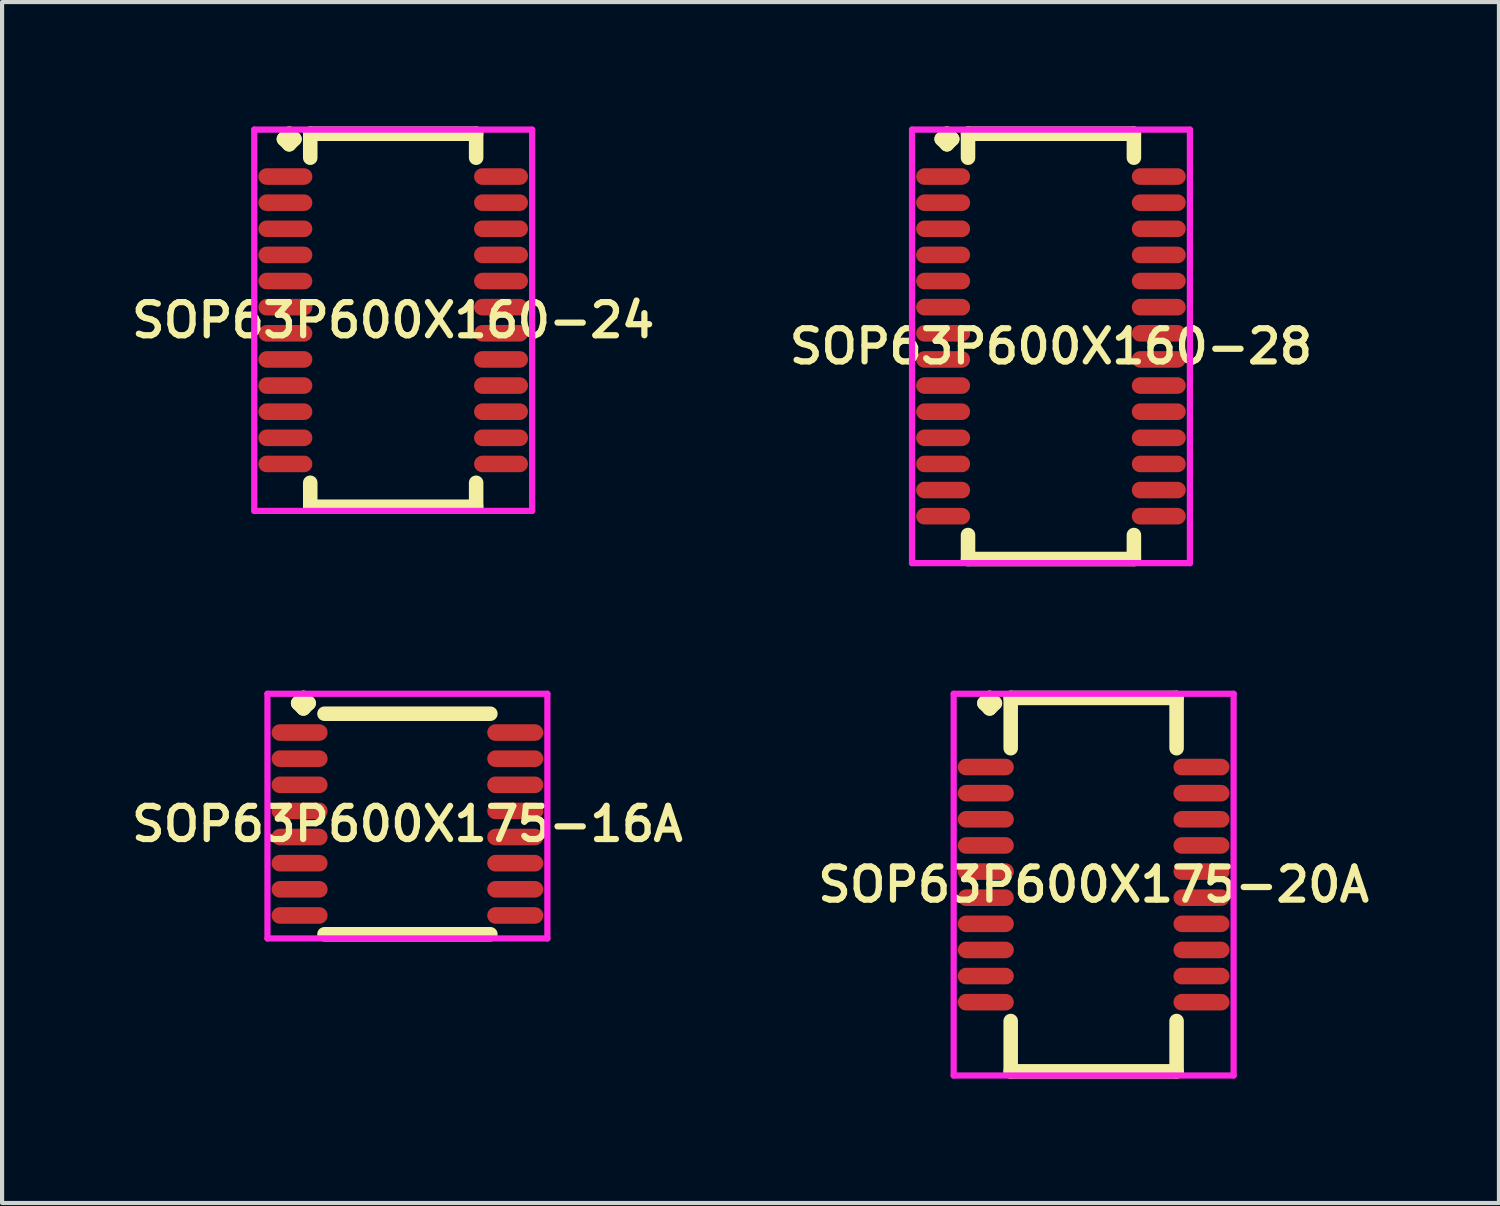
<source format=kicad_pcb>
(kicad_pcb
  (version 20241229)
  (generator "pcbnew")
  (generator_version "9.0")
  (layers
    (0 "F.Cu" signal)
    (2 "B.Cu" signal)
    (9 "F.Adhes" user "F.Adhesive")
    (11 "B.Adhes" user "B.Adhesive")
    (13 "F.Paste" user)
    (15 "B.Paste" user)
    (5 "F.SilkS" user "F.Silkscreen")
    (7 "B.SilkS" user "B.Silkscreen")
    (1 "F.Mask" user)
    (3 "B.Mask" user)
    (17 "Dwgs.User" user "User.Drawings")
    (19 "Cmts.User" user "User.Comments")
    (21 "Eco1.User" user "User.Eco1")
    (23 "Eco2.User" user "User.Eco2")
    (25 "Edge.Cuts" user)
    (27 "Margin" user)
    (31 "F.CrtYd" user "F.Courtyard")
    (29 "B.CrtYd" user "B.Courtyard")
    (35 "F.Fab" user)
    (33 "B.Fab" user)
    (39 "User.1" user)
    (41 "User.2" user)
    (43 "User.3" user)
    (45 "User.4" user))
  (footprint "SOP63P600X175-20A"
    (layer "F.Cu")
    (at 23.321 18.281)
    (property "Reference" "SOP63P600X175-20A" (at 0 0 0) (layer "F.SilkS") (effects (font (size 0.8 0.8) (thickness 0.15))))
    (attr smd)
    (fp_line (start -2.635 -4.375) (end -2.508 -4.502) (stroke (width 0.35) (type solid)) (layer "F.SilkS"))
    (fp_line (start -2.508 -4.502) (end -2.381 -4.375) (stroke (width 0.35) (type solid)) (layer "F.SilkS"))
    (fp_line (start -2.508 -4.248) (end -2.635 -4.375) (stroke (width 0.35) (type solid)) (layer "F.SilkS"))
    (fp_line (start -2.381 -4.375) (end -2.508 -4.248) (stroke (width 0.35) (type solid)) (layer "F.SilkS"))
    (fp_line (start -2 -4.502) (end 2 -4.502) (stroke (width 0.35) (type solid)) (layer "F.SilkS"))
    (fp_line (start -2 -3.289) (end -2 -4.502) (stroke (width 0.35) (type solid)) (layer "F.SilkS"))
    (fp_line (start -2 3.289) (end -2 4.502) (stroke (width 0.35) (type solid)) (layer "F.SilkS"))
    (fp_line (start -2 4.502) (end 2 4.502) (stroke (width 0.35) (type solid)) (layer "F.SilkS"))
    (fp_line (start 2 -4.502) (end 2 -3.289) (stroke (width 0.35) (type solid)) (layer "F.SilkS"))
    (fp_line (start 2 4.502) (end 2 3.289) (stroke (width 0.35) (type solid)) (layer "F.SilkS"))
    (fp_line (start -3.375 -4.602) (end 3.375 -4.602) (stroke (width 0.15) (type solid)) (layer "F.CrtYd"))
    (fp_line (start -3.375 4.602) (end -3.375 -4.602) (stroke (width 0.15) (type solid)) (layer "F.CrtYd"))
    (fp_line (start 3.375 -4.602) (end 3.375 4.602) (stroke (width 0.15) (type solid)) (layer "F.CrtYd"))
    (fp_line (start 3.375 4.602) (end -3.375 4.602) (stroke (width 0.15) (type solid)) (layer "F.CrtYd"))
    (pad "1" smd oval (at -2.6 -2.835) (size 1.35 0.4) (layers "F.Cu" "F.Mask" "F.Paste"))
    (pad "2" smd oval (at -2.6 -2.205) (size 1.35 0.4) (layers "F.Cu" "F.Mask" "F.Paste"))
    (pad "3" smd oval (at -2.6 -1.575) (size 1.35 0.4) (layers "F.Cu" "F.Mask" "F.Paste"))
    (pad "4" smd oval (at -2.6 -0.945) (size 1.35 0.4) (layers "F.Cu" "F.Mask" "F.Paste"))
    (pad "5" smd oval (at -2.6 -0.315) (size 1.35 0.4) (layers "F.Cu" "F.Mask" "F.Paste"))
    (pad "6" smd oval (at -2.6 0.315) (size 1.35 0.4) (layers "F.Cu" "F.Mask" "F.Paste"))
    (pad "7" smd oval (at -2.6 0.945) (size 1.35 0.4) (layers "F.Cu" "F.Mask" "F.Paste"))
    (pad "8" smd oval (at -2.6 1.575) (size 1.35 0.4) (layers "F.Cu" "F.Mask" "F.Paste"))
    (pad "9" smd oval (at -2.6 2.205) (size 1.35 0.4) (layers "F.Cu" "F.Mask" "F.Paste"))
    (pad "10" smd oval (at -2.6 2.835) (size 1.35 0.4) (layers "F.Cu" "F.Mask" "F.Paste"))
    (pad "11" smd oval (at 2.6 2.835) (size 1.35 0.4) (layers "F.Cu" "F.Mask" "F.Paste"))
    (pad "12" smd oval (at 2.6 2.205) (size 1.35 0.4) (layers "F.Cu" "F.Mask" "F.Paste"))
    (pad "13" smd oval (at 2.6 1.575) (size 1.35 0.4) (layers "F.Cu" "F.Mask" "F.Paste"))
    (pad "14" smd oval (at 2.6 0.945) (size 1.35 0.4) (layers "F.Cu" "F.Mask" "F.Paste"))
    (pad "15" smd oval (at 2.6 0.315) (size 1.35 0.4) (layers "F.Cu" "F.Mask" "F.Paste"))
    (pad "16" smd oval (at 2.6 -0.315) (size 1.35 0.4) (layers "F.Cu" "F.Mask" "F.Paste"))
    (pad "17" smd oval (at 2.6 -0.945) (size 1.35 0.4) (layers "F.Cu" "F.Mask" "F.Paste"))
    (pad "18" smd oval (at 2.6 -1.575) (size 1.35 0.4) (layers "F.Cu" "F.Mask" "F.Paste"))
    (pad "19" smd oval (at 2.6 -2.205) (size 1.35 0.4) (layers "F.Cu" "F.Mask" "F.Paste"))
    (pad "20" smd oval (at 2.6 -2.835) (size 1.35 0.4) (layers "F.Cu" "F.Mask" "F.Paste")))
  (footprint "SOP63P600X160-28"
    (layer "F.Cu")
    (at 22.292 5.302)
    (property "Reference" "SOP63P600X160-28" (at 0 0 0) (layer "F.SilkS") (effects (font (size 0.8 0.8) (thickness 0.15))))
    (attr smd)
    (fp_line (start -2.635 -5) (end -2.508 -5.127) (stroke (width 0.35) (type solid)) (layer "F.SilkS"))
    (fp_line (start -2.508 -5.127) (end -2.381 -5) (stroke (width 0.35) (type solid)) (layer "F.SilkS"))
    (fp_line (start -2.508 -4.873) (end -2.635 -5) (stroke (width 0.35) (type solid)) (layer "F.SilkS"))
    (fp_line (start -2.381 -5) (end -2.508 -4.873) (stroke (width 0.35) (type solid)) (layer "F.SilkS"))
    (fp_line (start -2 -5.127) (end 2 -5.127) (stroke (width 0.35) (type solid)) (layer "F.SilkS"))
    (fp_line (start -2 -4.549) (end -2 -5.127) (stroke (width 0.35) (type solid)) (layer "F.SilkS"))
    (fp_line (start -2 4.549) (end -2 5.127) (stroke (width 0.35) (type solid)) (layer "F.SilkS"))
    (fp_line (start -2 5.127) (end 2 5.127) (stroke (width 0.35) (type solid)) (layer "F.SilkS"))
    (fp_line (start 2 -5.127) (end 2 -4.549) (stroke (width 0.35) (type solid)) (layer "F.SilkS"))
    (fp_line (start 2 5.127) (end 2 4.549) (stroke (width 0.35) (type solid)) (layer "F.SilkS"))
    (fp_line (start -3.35 -5.227) (end 3.35 -5.227) (stroke (width 0.15) (type solid)) (layer "F.CrtYd"))
    (fp_line (start -3.35 5.227) (end -3.35 -5.227) (stroke (width 0.15) (type solid)) (layer "F.CrtYd"))
    (fp_line (start 3.35 -5.227) (end 3.35 5.227) (stroke (width 0.15) (type solid)) (layer "F.CrtYd"))
    (fp_line (start 3.35 5.227) (end -3.35 5.227) (stroke (width 0.15) (type solid)) (layer "F.CrtYd"))
    (pad "1" smd oval (at -2.6 -4.095) (size 1.3 0.4) (layers "F.Cu" "F.Mask" "F.Paste"))
    (pad "2" smd oval (at -2.6 -3.465) (size 1.3 0.4) (layers "F.Cu" "F.Mask" "F.Paste"))
    (pad "3" smd oval (at -2.6 -2.835) (size 1.3 0.4) (layers "F.Cu" "F.Mask" "F.Paste"))
    (pad "4" smd oval (at -2.6 -2.205) (size 1.3 0.4) (layers "F.Cu" "F.Mask" "F.Paste"))
    (pad "5" smd oval (at -2.6 -1.575) (size 1.3 0.4) (layers "F.Cu" "F.Mask" "F.Paste"))
    (pad "6" smd oval (at -2.6 -0.945) (size 1.3 0.4) (layers "F.Cu" "F.Mask" "F.Paste"))
    (pad "7" smd oval (at -2.6 -0.315) (size 1.3 0.4) (layers "F.Cu" "F.Mask" "F.Paste"))
    (pad "8" smd oval (at -2.6 0.315) (size 1.3 0.4) (layers "F.Cu" "F.Mask" "F.Paste"))
    (pad "9" smd oval (at -2.6 0.945) (size 1.3 0.4) (layers "F.Cu" "F.Mask" "F.Paste"))
    (pad "10" smd oval (at -2.6 1.575) (size 1.3 0.4) (layers "F.Cu" "F.Mask" "F.Paste"))
    (pad "11" smd oval (at -2.6 2.205) (size 1.3 0.4) (layers "F.Cu" "F.Mask" "F.Paste"))
    (pad "12" smd oval (at -2.6 2.835) (size 1.3 0.4) (layers "F.Cu" "F.Mask" "F.Paste"))
    (pad "13" smd oval (at -2.6 3.465) (size 1.3 0.4) (layers "F.Cu" "F.Mask" "F.Paste"))
    (pad "14" smd oval (at -2.6 4.095) (size 1.3 0.4) (layers "F.Cu" "F.Mask" "F.Paste"))
    (pad "15" smd oval (at 2.6 4.095) (size 1.3 0.4) (layers "F.Cu" "F.Mask" "F.Paste"))
    (pad "16" smd oval (at 2.6 3.465) (size 1.3 0.4) (layers "F.Cu" "F.Mask" "F.Paste"))
    (pad "17" smd oval (at 2.6 2.835) (size 1.3 0.4) (layers "F.Cu" "F.Mask" "F.Paste"))
    (pad "18" smd oval (at 2.6 2.205) (size 1.3 0.4) (layers "F.Cu" "F.Mask" "F.Paste"))
    (pad "19" smd oval (at 2.6 1.575) (size 1.3 0.4) (layers "F.Cu" "F.Mask" "F.Paste"))
    (pad "20" smd oval (at 2.6 0.945) (size 1.3 0.4) (layers "F.Cu" "F.Mask" "F.Paste"))
    (pad "21" smd oval (at 2.6 0.315) (size 1.3 0.4) (layers "F.Cu" "F.Mask" "F.Paste"))
    (pad "22" smd oval (at 2.6 -0.315) (size 1.3 0.4) (layers "F.Cu" "F.Mask" "F.Paste"))
    (pad "23" smd oval (at 2.6 -0.945) (size 1.3 0.4) (layers "F.Cu" "F.Mask" "F.Paste"))
    (pad "24" smd oval (at 2.6 -1.575) (size 1.3 0.4) (layers "F.Cu" "F.Mask" "F.Paste"))
    (pad "25" smd oval (at 2.6 -2.205) (size 1.3 0.4) (layers "F.Cu" "F.Mask" "F.Paste"))
    (pad "26" smd oval (at 2.6 -2.835) (size 1.3 0.4) (layers "F.Cu" "F.Mask" "F.Paste"))
    (pad "27" smd oval (at 2.6 -3.465) (size 1.3 0.4) (layers "F.Cu" "F.Mask" "F.Paste"))
    (pad "28" smd oval (at 2.6 -4.095) (size 1.3 0.4) (layers "F.Cu" "F.Mask" "F.Paste")))
  (footprint "SOP63P600X160-24"
    (layer "F.Cu")
    (at 6.431 4.672)
    (property "Reference" "SOP63P600X160-24" (at 0 0 0) (layer "F.SilkS") (effects (font (size 0.8 0.8) (thickness 0.15))))
    (attr smd)
    (fp_line (start -2.635 -4.37) (end -2.508 -4.497) (stroke (width 0.35) (type solid)) (layer "F.SilkS"))
    (fp_line (start -2.508 -4.497) (end -2.381 -4.37) (stroke (width 0.35) (type solid)) (layer "F.SilkS"))
    (fp_line (start -2.508 -4.243) (end -2.635 -4.37) (stroke (width 0.35) (type solid)) (layer "F.SilkS"))
    (fp_line (start -2.381 -4.37) (end -2.508 -4.243) (stroke (width 0.35) (type solid)) (layer "F.SilkS"))
    (fp_line (start -2 -4.497) (end 2 -4.497) (stroke (width 0.35) (type solid)) (layer "F.SilkS"))
    (fp_line (start -2 -3.919) (end -2 -4.497) (stroke (width 0.35) (type solid)) (layer "F.SilkS"))
    (fp_line (start -2 3.919) (end -2 4.497) (stroke (width 0.35) (type solid)) (layer "F.SilkS"))
    (fp_line (start -2 4.497) (end 2 4.497) (stroke (width 0.35) (type solid)) (layer "F.SilkS"))
    (fp_line (start 2 -4.497) (end 2 -3.919) (stroke (width 0.35) (type solid)) (layer "F.SilkS"))
    (fp_line (start 2 4.497) (end 2 3.919) (stroke (width 0.35) (type solid)) (layer "F.SilkS"))
    (fp_line (start -3.35 -4.597) (end 3.35 -4.597) (stroke (width 0.15) (type solid)) (layer "F.CrtYd"))
    (fp_line (start -3.35 4.597) (end -3.35 -4.597) (stroke (width 0.15) (type solid)) (layer "F.CrtYd"))
    (fp_line (start 3.35 -4.597) (end 3.35 4.597) (stroke (width 0.15) (type solid)) (layer "F.CrtYd"))
    (fp_line (start 3.35 4.597) (end -3.35 4.597) (stroke (width 0.15) (type solid)) (layer "F.CrtYd"))
    (pad "1" smd oval (at -2.6 -3.465) (size 1.3 0.4) (layers "F.Cu" "F.Mask" "F.Paste"))
    (pad "2" smd oval (at -2.6 -2.835) (size 1.3 0.4) (layers "F.Cu" "F.Mask" "F.Paste"))
    (pad "3" smd oval (at -2.6 -2.205) (size 1.3 0.4) (layers "F.Cu" "F.Mask" "F.Paste"))
    (pad "4" smd oval (at -2.6 -1.575) (size 1.3 0.4) (layers "F.Cu" "F.Mask" "F.Paste"))
    (pad "5" smd oval (at -2.6 -0.945) (size 1.3 0.4) (layers "F.Cu" "F.Mask" "F.Paste"))
    (pad "6" smd oval (at -2.6 -0.315) (size 1.3 0.4) (layers "F.Cu" "F.Mask" "F.Paste"))
    (pad "7" smd oval (at -2.6 0.315) (size 1.3 0.4) (layers "F.Cu" "F.Mask" "F.Paste"))
    (pad "8" smd oval (at -2.6 0.945) (size 1.3 0.4) (layers "F.Cu" "F.Mask" "F.Paste"))
    (pad "9" smd oval (at -2.6 1.575) (size 1.3 0.4) (layers "F.Cu" "F.Mask" "F.Paste"))
    (pad "10" smd oval (at -2.6 2.205) (size 1.3 0.4) (layers "F.Cu" "F.Mask" "F.Paste"))
    (pad "11" smd oval (at -2.6 2.835) (size 1.3 0.4) (layers "F.Cu" "F.Mask" "F.Paste"))
    (pad "12" smd oval (at -2.6 3.465) (size 1.3 0.4) (layers "F.Cu" "F.Mask" "F.Paste"))
    (pad "13" smd oval (at 2.6 3.465) (size 1.3 0.4) (layers "F.Cu" "F.Mask" "F.Paste"))
    (pad "14" smd oval (at 2.6 2.835) (size 1.3 0.4) (layers "F.Cu" "F.Mask" "F.Paste"))
    (pad "15" smd oval (at 2.6 2.205) (size 1.3 0.4) (layers "F.Cu" "F.Mask" "F.Paste"))
    (pad "16" smd oval (at 2.6 1.575) (size 1.3 0.4) (layers "F.Cu" "F.Mask" "F.Paste"))
    (pad "17" smd oval (at 2.6 0.945) (size 1.3 0.4) (layers "F.Cu" "F.Mask" "F.Paste"))
    (pad "18" smd oval (at 2.6 0.315) (size 1.3 0.4) (layers "F.Cu" "F.Mask" "F.Paste"))
    (pad "19" smd oval (at 2.6 -0.315) (size 1.3 0.4) (layers "F.Cu" "F.Mask" "F.Paste"))
    (pad "20" smd oval (at 2.6 -0.945) (size 1.3 0.4) (layers "F.Cu" "F.Mask" "F.Paste"))
    (pad "21" smd oval (at 2.6 -1.575) (size 1.3 0.4) (layers "F.Cu" "F.Mask" "F.Paste"))
    (pad "22" smd oval (at 2.6 -2.205) (size 1.3 0.4) (layers "F.Cu" "F.Mask" "F.Paste"))
    (pad "23" smd oval (at 2.6 -2.835) (size 1.3 0.4) (layers "F.Cu" "F.Mask" "F.Paste"))
    (pad "24" smd oval (at 2.6 -3.465) (size 1.3 0.4) (layers "F.Cu" "F.Mask" "F.Paste")))
  (footprint "SOP63P600X175-16A"
    (layer "F.Cu")
    (at 6.774 16.819)
    (property "Reference" "SOP63P600X175-16A" (at 0 0 0) (layer "F.SilkS") (effects (font (size 0.8 0.8) (thickness 0.15))))
    (attr smd)
    (fp_line (start -2.635 -2.913) (end -2.508 -3.04) (stroke (width 0.35) (type solid)) (layer "F.SilkS"))
    (fp_line (start -2.508 -3.04) (end -2.381 -2.913) (stroke (width 0.35) (type solid)) (layer "F.SilkS"))
    (fp_line (start -2.508 -2.786) (end -2.635 -2.913) (stroke (width 0.35) (type solid)) (layer "F.SilkS"))
    (fp_line (start -2.381 -2.913) (end -2.508 -2.786) (stroke (width 0.35) (type solid)) (layer "F.SilkS"))
    (fp_line (start -2 -2.659) (end 2 -2.659) (stroke (width 0.35) (type solid)) (layer "F.SilkS"))
    (fp_line (start -2 2.659) (end 2 2.659) (stroke (width 0.35) (type solid)) (layer "F.SilkS"))
    (fp_line (start -3.375 -3.14) (end 3.375 -3.14) (stroke (width 0.15) (type solid)) (layer "F.CrtYd"))
    (fp_line (start -3.375 2.759) (end -3.375 -3.14) (stroke (width 0.15) (type solid)) (layer "F.CrtYd"))
    (fp_line (start 3.375 -3.14) (end 3.375 2.759) (stroke (width 0.15) (type solid)) (layer "F.CrtYd"))
    (fp_line (start 3.375 2.759) (end -3.375 2.759) (stroke (width 0.15) (type solid)) (layer "F.CrtYd"))
    (pad "1" smd oval (at -2.6 -2.205) (size 1.35 0.4) (layers "F.Cu" "F.Mask" "F.Paste"))
    (pad "2" smd oval (at -2.6 -1.575) (size 1.35 0.4) (layers "F.Cu" "F.Mask" "F.Paste"))
    (pad "3" smd oval (at -2.6 -0.945) (size 1.35 0.4) (layers "F.Cu" "F.Mask" "F.Paste"))
    (pad "4" smd oval (at -2.6 -0.315) (size 1.35 0.4) (layers "F.Cu" "F.Mask" "F.Paste"))
    (pad "5" smd oval (at -2.6 0.315) (size 1.35 0.4) (layers "F.Cu" "F.Mask" "F.Paste"))
    (pad "6" smd oval (at -2.6 0.945) (size 1.35 0.4) (layers "F.Cu" "F.Mask" "F.Paste"))
    (pad "7" smd oval (at -2.6 1.575) (size 1.35 0.4) (layers "F.Cu" "F.Mask" "F.Paste"))
    (pad "8" smd oval (at -2.6 2.205) (size 1.35 0.4) (layers "F.Cu" "F.Mask" "F.Paste"))
    (pad "9" smd oval (at 2.6 2.205) (size 1.35 0.4) (layers "F.Cu" "F.Mask" "F.Paste"))
    (pad "10" smd oval (at 2.6 1.575) (size 1.35 0.4) (layers "F.Cu" "F.Mask" "F.Paste"))
    (pad "11" smd oval (at 2.6 0.945) (size 1.35 0.4) (layers "F.Cu" "F.Mask" "F.Paste"))
    (pad "12" smd oval (at 2.6 0.315) (size 1.35 0.4) (layers "F.Cu" "F.Mask" "F.Paste"))
    (pad "13" smd oval (at 2.6 -0.315) (size 1.35 0.4) (layers "F.Cu" "F.Mask" "F.Paste"))
    (pad "14" smd oval (at 2.6 -0.945) (size 1.35 0.4) (layers "F.Cu" "F.Mask" "F.Paste"))
    (pad "15" smd oval (at 2.6 -1.575) (size 1.35 0.4) (layers "F.Cu" "F.Mask" "F.Paste"))
    (pad "16" smd oval (at 2.6 -2.205) (size 1.35 0.4) (layers "F.Cu" "F.Mask" "F.Paste")))
  (gr_rect
    (start -3 -3)
    (end 33.094 25.958)
    (stroke (width 0.1) (type default))
    (fill no)
    (layer "Edge.Cuts")))
</source>
